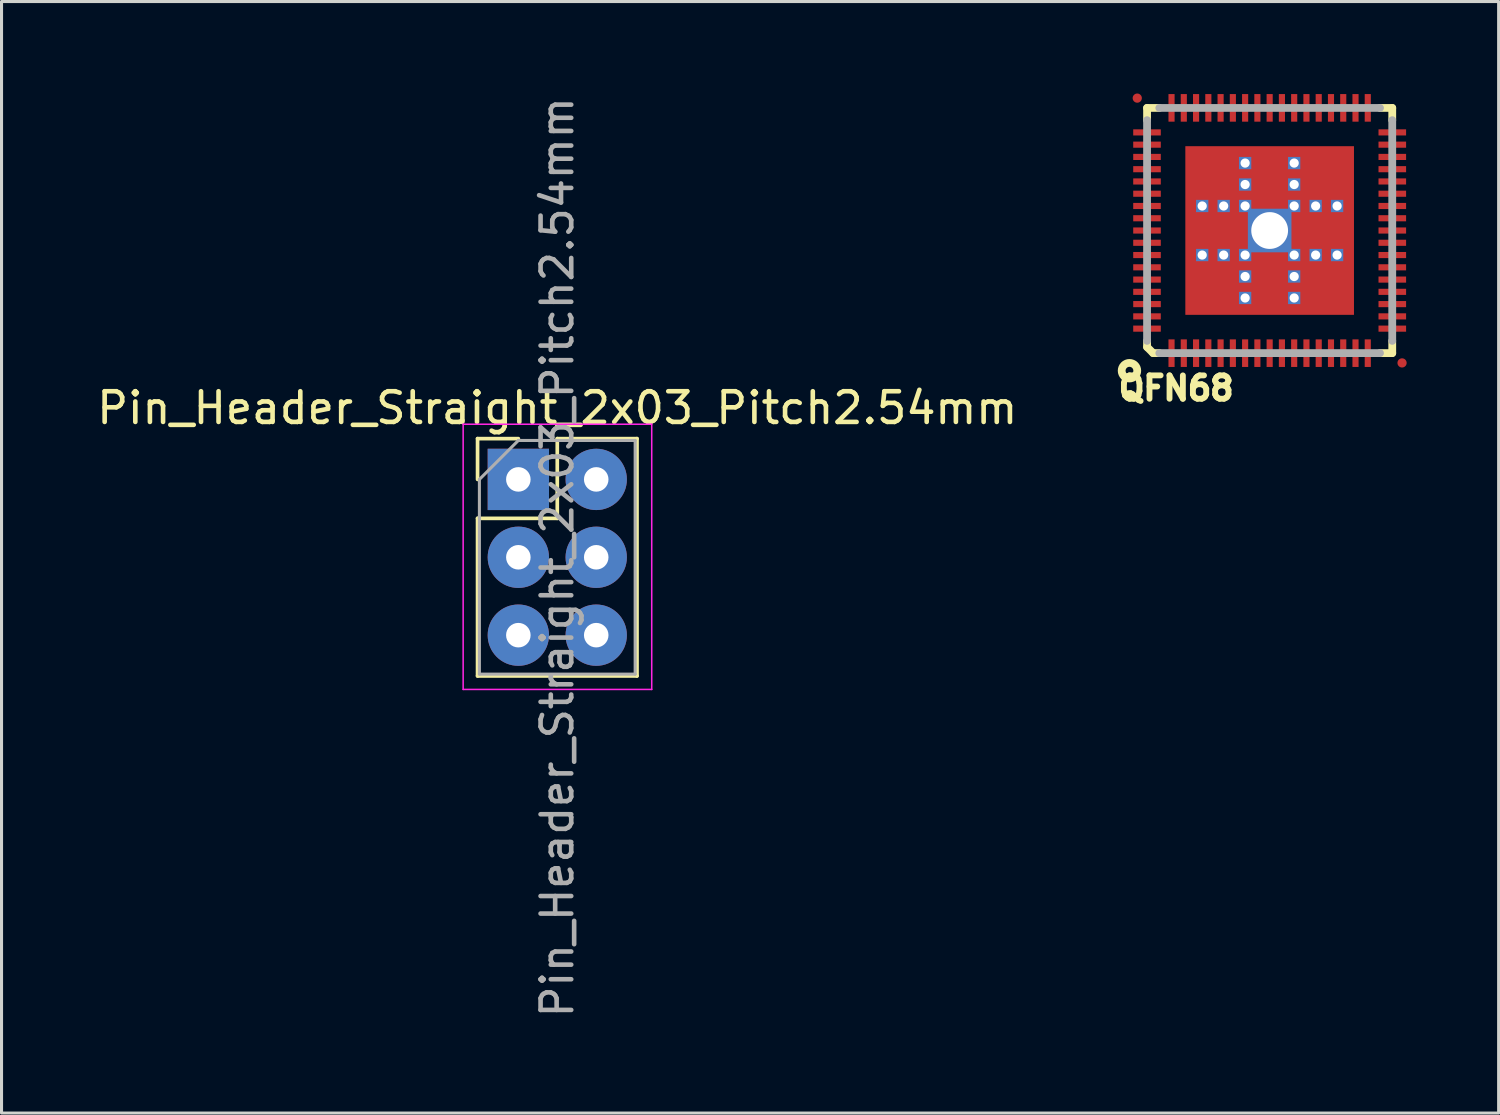
<source format=kicad_pcb>
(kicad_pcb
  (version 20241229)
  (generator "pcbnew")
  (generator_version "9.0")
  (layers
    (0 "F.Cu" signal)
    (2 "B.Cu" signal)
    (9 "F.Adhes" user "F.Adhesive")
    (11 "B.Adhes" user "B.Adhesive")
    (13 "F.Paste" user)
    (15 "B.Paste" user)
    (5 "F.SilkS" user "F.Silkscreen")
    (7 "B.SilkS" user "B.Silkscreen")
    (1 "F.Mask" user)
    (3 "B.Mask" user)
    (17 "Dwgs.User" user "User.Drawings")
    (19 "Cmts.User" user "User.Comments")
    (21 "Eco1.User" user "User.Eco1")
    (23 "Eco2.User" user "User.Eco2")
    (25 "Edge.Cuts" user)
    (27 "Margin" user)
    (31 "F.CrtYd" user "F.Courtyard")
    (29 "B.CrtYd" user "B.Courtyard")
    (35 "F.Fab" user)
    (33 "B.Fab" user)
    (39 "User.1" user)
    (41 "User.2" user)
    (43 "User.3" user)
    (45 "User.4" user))
  (footprint "QFN68"
    (layer "F.Cu")
    (at 38.358 4.468)
    (property "Reference" "QFN68" (at -3.048 5.144 0) (layer "F.SilkS") (effects (font (size 0.762 0.762) (thickness 0.191))))
    (attr smd)
    (fp_line (start -3.998 -3.998) (end -3.998 -3.599) (stroke (width 0.254) (type solid)) (layer "F.SilkS"))
    (fp_line (start -3.998 3.599) (end -3.998 3.8) (stroke (width 0.254) (type solid)) (layer "F.SilkS"))
    (fp_line (start -3.998 3.8) (end -3.8 3.998) (stroke (width 0.254) (type solid)) (layer "F.SilkS"))
    (fp_line (start -3.8 3.998) (end -3.599 3.998) (stroke (width 0.254) (type solid)) (layer "F.SilkS"))
    (fp_line (start -3.599 -3.998) (end -3.998 -3.998) (stroke (width 0.254) (type solid)) (layer "F.SilkS"))
    (fp_line (start 3.599 3.998) (end 3.998 3.998) (stroke (width 0.254) (type solid)) (layer "F.SilkS"))
    (fp_line (start 3.998 -3.998) (end 3.599 -3.998) (stroke (width 0.254) (type solid)) (layer "F.SilkS"))
    (fp_line (start 3.998 -3.599) (end 3.998 -3.998) (stroke (width 0.254) (type solid)) (layer "F.SilkS"))
    (fp_line (start 3.998 3.998) (end 3.998 3.599) (stroke (width 0.254) (type solid)) (layer "F.SilkS"))
    (fp_circle (center -4.572 4.572) (end -4.318 4.572) (stroke (width 0.254) (type solid)) (fill no) (layer "F.SilkS"))
    (fp_line (start -3.998 -3.599) (end -3.998 3.599) (stroke (width 0.254) (type solid)) (layer "F.Fab"))
    (fp_line (start -3.599 3.998) (end 3.599 3.998) (stroke (width 0.254) (type solid)) (layer "F.Fab"))
    (fp_line (start 3.599 -3.998) (end -3.599 -3.998) (stroke (width 0.254) (type solid)) (layer "F.Fab"))
    (fp_line (start 3.998 3.599) (end 3.998 -3.599) (stroke (width 0.254) (type solid)) (layer "F.Fab"))
    (pad "" smd rect (at -1.8 0) (size 1.6 1.2) (layers "F.Paste"))
    (pad "" smd rect (at -1.75 -1.8) (size 1.5 1.6) (layers "F.Paste"))
    (pad "" smd rect (at -1.75 1.8) (size 1.5 1.6) (layers "F.Paste"))
    (pad "" smd rect (at 0 -1.8) (size 1.2 1.6) (layers "F.Paste"))
    (pad "" smd rect (at 0 1.75) (size 1.2 1.7) (layers "F.Paste"))
    (pad "" smd rect (at 1.75 -1.8) (size 1.5 1.6) (layers "F.Paste"))
    (pad "" smd rect (at 1.75 1.8) (size 1.5 1.6) (layers "F.Paste"))
    (pad "" smd rect (at 1.8 0) (size 1.6 1.2) (layers "F.Paste"))
    (pad "1" smd rect (at -3.2 4) (size 0.2 0.9) (layers "F.Cu" "F.Mask" "F.Paste"))
    (pad "2" smd rect (at -2.8 4) (size 0.2 0.9) (layers "F.Cu" "F.Mask" "F.Paste"))
    (pad "3" smd rect (at -2.4 4) (size 0.2 0.9) (layers "F.Cu" "F.Mask" "F.Paste"))
    (pad "4" smd rect (at -2 4) (size 0.2 0.9) (layers "F.Cu" "F.Mask" "F.Paste"))
    (pad "5" smd rect (at -1.6 4) (size 0.2 0.9) (layers "F.Cu" "F.Mask" "F.Paste"))
    (pad "6" smd rect (at -1.2 4) (size 0.2 0.9) (layers "F.Cu" "F.Mask" "F.Paste"))
    (pad "7" smd rect (at -0.8 4) (size 0.2 0.9) (layers "F.Cu" "F.Mask" "F.Paste"))
    (pad "8" smd rect (at -0.4 4) (size 0.2 0.9) (layers "F.Cu" "F.Mask" "F.Paste"))
    (pad "9" smd rect (at 0 4) (size 0.2 0.9) (layers "F.Cu" "F.Mask" "F.Paste"))
    (pad "10" smd rect (at 0.4 4) (size 0.2 0.9) (layers "F.Cu" "F.Mask" "F.Paste"))
    (pad "11" smd rect (at 0.8 4) (size 0.2 0.9) (layers "F.Cu" "F.Mask" "F.Paste"))
    (pad "12" smd rect (at 1.2 4) (size 0.2 0.9) (layers "F.Cu" "F.Mask" "F.Paste"))
    (pad "13" smd rect (at 1.6 4) (size 0.2 0.9) (layers "F.Cu" "F.Mask" "F.Paste"))
    (pad "14" smd rect (at 2 4) (size 0.2 0.9) (layers "F.Cu" "F.Mask" "F.Paste"))
    (pad "15" smd rect (at 2.4 4) (size 0.2 0.9) (layers "F.Cu" "F.Mask" "F.Paste"))
    (pad "16" smd rect (at 2.8 4) (size 0.2 0.9) (layers "F.Cu" "F.Mask" "F.Paste"))
    (pad "17" smd rect (at 3.2 4) (size 0.2 0.9) (layers "F.Cu" "F.Mask" "F.Paste"))
    (pad "18" smd rect (at 4 3.2 90) (size 0.2 0.9) (layers "F.Cu" "F.Mask" "F.Paste"))
    (pad "19" smd rect (at 4 2.8 90) (size 0.2 0.9) (layers "F.Cu" "F.Mask" "F.Paste"))
    (pad "20" smd rect (at 4 2.4 90) (size 0.2 0.9) (layers "F.Cu" "F.Mask" "F.Paste"))
    (pad "21" smd rect (at 4 2 90) (size 0.2 0.9) (layers "F.Cu" "F.Mask" "F.Paste"))
    (pad "22" smd rect (at 4 1.6 90) (size 0.2 0.9) (layers "F.Cu" "F.Mask" "F.Paste"))
    (pad "23" smd rect (at 4 1.2 90) (size 0.2 0.9) (layers "F.Cu" "F.Mask" "F.Paste"))
    (pad "24" smd rect (at 4 0.8 90) (size 0.2 0.9) (layers "F.Cu" "F.Mask" "F.Paste"))
    (pad "25" smd rect (at 4 0.4 90) (size 0.2 0.9) (layers "F.Cu" "F.Mask" "F.Paste"))
    (pad "26" smd rect (at 4 0 90) (size 0.2 0.9) (layers "F.Cu" "F.Mask" "F.Paste"))
    (pad "27" smd rect (at 4 -0.4 90) (size 0.2 0.9) (layers "F.Cu" "F.Mask" "F.Paste"))
    (pad "28" smd rect (at 4 -0.8 90) (size 0.2 0.9) (layers "F.Cu" "F.Mask" "F.Paste"))
    (pad "29" smd rect (at 4 -1.2 90) (size 0.2 0.9) (layers "F.Cu" "F.Mask" "F.Paste"))
    (pad "30" smd rect (at 4 -1.6 90) (size 0.2 0.9) (layers "F.Cu" "F.Mask" "F.Paste"))
    (pad "31" smd rect (at 4 -2 90) (size 0.2 0.9) (layers "F.Cu" "F.Mask" "F.Paste"))
    (pad "32" smd rect (at 4 -2.4 90) (size 0.2 0.9) (layers "F.Cu" "F.Mask" "F.Paste"))
    (pad "33" smd rect (at 4 -2.8 90) (size 0.2 0.9) (layers "F.Cu" "F.Mask" "F.Paste"))
    (pad "34" smd rect (at 4 -3.2 90) (size 0.2 0.9) (layers "F.Cu" "F.Mask" "F.Paste"))
    (pad "35" smd rect (at 3.2 -4 180) (size 0.2 0.9) (layers "F.Cu" "F.Mask" "F.Paste"))
    (pad "36" smd rect (at 2.8 -4 180) (size 0.2 0.9) (layers "F.Cu" "F.Mask" "F.Paste"))
    (pad "37" smd rect (at 2.4 -4 180) (size 0.2 0.9) (layers "F.Cu" "F.Mask" "F.Paste"))
    (pad "38" smd rect (at 2 -4 180) (size 0.2 0.9) (layers "F.Cu" "F.Mask" "F.Paste"))
    (pad "39" smd rect (at 1.6 -4 180) (size 0.2 0.9) (layers "F.Cu" "F.Mask" "F.Paste"))
    (pad "40" smd rect (at 1.2 -4 180) (size 0.2 0.9) (layers "F.Cu" "F.Mask" "F.Paste"))
    (pad "41" smd rect (at 0.8 -4 180) (size 0.2 0.9) (layers "F.Cu" "F.Mask" "F.Paste"))
    (pad "42" smd rect (at 0.4 -4 180) (size 0.2 0.9) (layers "F.Cu" "F.Mask" "F.Paste"))
    (pad "43" smd rect (at 0 -4 180) (size 0.2 0.9) (layers "F.Cu" "F.Mask" "F.Paste"))
    (pad "44" smd rect (at -0.4 -4 180) (size 0.2 0.9) (layers "F.Cu" "F.Mask" "F.Paste"))
    (pad "45" smd rect (at -0.8 -4 180) (size 0.2 0.9) (layers "F.Cu" "F.Mask" "F.Paste"))
    (pad "46" smd rect (at -1.2 -4 180) (size 0.2 0.9) (layers "F.Cu" "F.Mask" "F.Paste"))
    (pad "47" smd rect (at -1.6 -4 180) (size 0.2 0.9) (layers "F.Cu" "F.Mask" "F.Paste"))
    (pad "48" smd rect (at -2 -4 180) (size 0.2 0.9) (layers "F.Cu" "F.Mask" "F.Paste"))
    (pad "49" smd rect (at -2.4 -4 180) (size 0.2 0.9) (layers "F.Cu" "F.Mask" "F.Paste"))
    (pad "50" smd rect (at -2.8 -4 180) (size 0.2 0.9) (layers "F.Cu" "F.Mask" "F.Paste"))
    (pad "51" smd rect (at -3.2 -4 180) (size 0.2 0.9) (layers "F.Cu" "F.Mask" "F.Paste"))
    (pad "52" smd rect (at -4 -3.2 270) (size 0.2 0.9) (layers "F.Cu" "F.Mask" "F.Paste"))
    (pad "53" smd rect (at -4 -2.8 270) (size 0.2 0.9) (layers "F.Cu" "F.Mask" "F.Paste"))
    (pad "54" smd rect (at -4 -2.4 270) (size 0.2 0.9) (layers "F.Cu" "F.Mask" "F.Paste"))
    (pad "55" smd rect (at -4 -2 270) (size 0.2 0.9) (layers "F.Cu" "F.Mask" "F.Paste"))
    (pad "56" smd rect (at -4 -1.6 270) (size 0.2 0.9) (layers "F.Cu" "F.Mask" "F.Paste"))
    (pad "57" smd rect (at -4 -1.2 270) (size 0.2 0.9) (layers "F.Cu" "F.Mask" "F.Paste"))
    (pad "58" smd rect (at -4 -0.8 270) (size 0.2 0.9) (layers "F.Cu" "F.Mask" "F.Paste"))
    (pad "59" smd rect (at -4 -0.4 270) (size 0.2 0.9) (layers "F.Cu" "F.Mask" "F.Paste"))
    (pad "60" smd rect (at -4 0 270) (size 0.2 0.9) (layers "F.Cu" "F.Mask" "F.Paste"))
    (pad "61" smd rect (at -4 0.4 270) (size 0.2 0.9) (layers "F.Cu" "F.Mask" "F.Paste"))
    (pad "62" smd rect (at -4 0.8 270) (size 0.2 0.9) (layers "F.Cu" "F.Mask" "F.Paste"))
    (pad "63" smd rect (at -4 1.2 270) (size 0.2 0.9) (layers "F.Cu" "F.Mask" "F.Paste"))
    (pad "64" smd rect (at -4 1.6 270) (size 0.2 0.9) (layers "F.Cu" "F.Mask" "F.Paste"))
    (pad "65" smd rect (at -4 2 270) (size 0.2 0.9) (layers "F.Cu" "F.Mask" "F.Paste"))
    (pad "66" smd rect (at -4 2.4 270) (size 0.2 0.9) (layers "F.Cu" "F.Mask" "F.Paste"))
    (pad "67" smd rect (at -4 2.8 270) (size 0.2 0.9) (layers "F.Cu" "F.Mask" "F.Paste"))
    (pad "68" smd rect (at -4 3.2 270) (size 0.2 0.9) (layers "F.Cu" "F.Mask" "F.Paste"))
    (pad "69" thru_hole rect (at -2.2 -0.8) (size 0.4 0.4) (drill 0.3) (layers "*.Cu" "F.Mask"))
    (pad "69" thru_hole rect (at -2.2 0.8) (size 0.4 0.4) (drill 0.3) (layers "*.Cu" "F.Mask"))
    (pad "69" thru_hole rect (at -1.5 -0.8) (size 0.4 0.4) (drill 0.3) (layers "*.Cu" "F.Mask"))
    (pad "69" thru_hole rect (at -1.5 0.8) (size 0.4 0.4) (drill 0.3) (layers "*.Cu" "F.Mask"))
    (pad "69" thru_hole rect (at -0.8 -2.2) (size 0.4 0.4) (drill 0.3) (layers "*.Cu" "F.Mask"))
    (pad "69" thru_hole rect (at -0.8 -1.5) (size 0.4 0.4) (drill 0.3) (layers "*.Cu" "F.Mask"))
    (pad "69" thru_hole rect (at -0.8 -0.8) (size 0.4 0.4) (drill 0.3) (layers "*.Cu" "F.Mask"))
    (pad "69" thru_hole rect (at -0.8 0.8) (size 0.4 0.4) (drill 0.3) (layers "*.Cu" "F.Mask"))
    (pad "69" thru_hole rect (at -0.8 1.5) (size 0.4 0.4) (drill 0.3) (layers "*.Cu" "F.Mask"))
    (pad "69" thru_hole rect (at -0.8 2.2) (size 0.4 0.4) (drill 0.3) (layers "*.Cu" "F.Mask"))
    (pad "69" thru_hole rect (at 0 0) (size 1.422 1.422) (drill 1.2) (layers "*.Cu" "*.Mask"))
    (pad "69" smd rect (at 0 0) (size 5.5 5.5) (layers "F.Cu" "F.Mask"))
    (pad "69" thru_hole rect (at 0.8 -2.2) (size 0.4 0.4) (drill 0.3) (layers "*.Cu" "F.Mask"))
    (pad "69" thru_hole rect (at 0.8 -1.5) (size 0.4 0.4) (drill 0.3) (layers "*.Cu" "F.Mask"))
    (pad "69" thru_hole rect (at 0.8 -0.8) (size 0.4 0.4) (drill 0.3) (layers "*.Cu" "F.Mask"))
    (pad "69" thru_hole rect (at 0.8 0.8) (size 0.4 0.4) (drill 0.3) (layers "*.Cu" "F.Mask"))
    (pad "69" thru_hole rect (at 0.8 1.5) (size 0.4 0.4) (drill 0.3) (layers "*.Cu" "F.Mask"))
    (pad "69" thru_hole rect (at 0.8 2.2) (size 0.4 0.4) (drill 0.3) (layers "*.Cu" "F.Mask"))
    (pad "69" thru_hole rect (at 1.5 -0.8) (size 0.4 0.4) (drill 0.3) (layers "*.Cu" "F.Mask"))
    (pad "69" thru_hole rect (at 1.5 0.8) (size 0.4 0.4) (drill 0.3) (layers "*.Cu" "F.Mask"))
    (pad "69" thru_hole rect (at 2.2 -0.8) (size 0.4 0.4) (drill 0.3) (layers "*.Cu" "F.Mask"))
    (pad "69" thru_hole rect (at 2.2 0.8) (size 0.4 0.4) (drill 0.3) (layers "*.Cu" "F.Mask"))
    (pad "Fid1" smd circle (at -4.318 -4.318) (size 0.3 0.3) (layers "F.Cu" "F.Mask"))
    (pad "Fid2" smd circle (at 4.318 4.318) (size 0.3 0.3) (layers "F.Cu" "F.Mask")))
  (footprint "Pin_Header_Straight_2x03_Pitch2.54mm"
    (layer "F.Cu")
    (at 13.855 12.585)
    (property "Reference" "Pin_Header_Straight_2x03_Pitch2.54mm" (at 1.27 -2.33 0) (layer "F.SilkS") (effects (font (size 1 1) (thickness 0.15))))
    (attr through_hole)
    (fp_line (start -1.33 -1.33) (end 0 -1.33) (stroke (width 0.12) (type solid)) (layer "F.SilkS"))
    (fp_line (start -1.33 0) (end -1.33 -1.33) (stroke (width 0.12) (type solid)) (layer "F.SilkS"))
    (fp_line (start -1.33 1.27) (end -1.33 6.41) (stroke (width 0.12) (type solid)) (layer "F.SilkS"))
    (fp_line (start -1.33 1.27) (end 1.27 1.27) (stroke (width 0.12) (type solid)) (layer "F.SilkS"))
    (fp_line (start -1.33 6.41) (end 3.87 6.41) (stroke (width 0.12) (type solid)) (layer "F.SilkS"))
    (fp_line (start 1.27 -1.33) (end 3.87 -1.33) (stroke (width 0.12) (type solid)) (layer "F.SilkS"))
    (fp_line (start 1.27 1.27) (end 1.27 -1.33) (stroke (width 0.12) (type solid)) (layer "F.SilkS"))
    (fp_line (start 3.87 -1.33) (end 3.87 6.41) (stroke (width 0.12) (type solid)) (layer "F.SilkS"))
    (fp_line (start -1.8 -1.8) (end -1.8 6.85) (stroke (width 0.05) (type solid)) (layer "F.CrtYd"))
    (fp_line (start -1.8 6.85) (end 4.35 6.85) (stroke (width 0.05) (type solid)) (layer "F.CrtYd"))
    (fp_line (start 4.35 -1.8) (end -1.8 -1.8) (stroke (width 0.05) (type solid)) (layer "F.CrtYd"))
    (fp_line (start 4.35 6.85) (end 4.35 -1.8) (stroke (width 0.05) (type solid)) (layer "F.CrtYd"))
    (fp_line (start -1.27 0) (end 0 -1.27) (stroke (width 0.1) (type solid)) (layer "F.Fab"))
    (fp_line (start -1.27 6.35) (end -1.27 0) (stroke (width 0.1) (type solid)) (layer "F.Fab"))
    (fp_line (start 0 -1.27) (end 3.81 -1.27) (stroke (width 0.1) (type solid)) (layer "F.Fab"))
    (fp_line (start 3.81 -1.27) (end 3.81 6.35) (stroke (width 0.1) (type solid)) (layer "F.Fab"))
    (fp_line (start 3.81 6.35) (end -1.27 6.35) (stroke (width 0.1) (type solid)) (layer "F.Fab"))
    (fp_text user "${REFERENCE}" (at 1.27 2.54 90) (layer "F.Fab") (effects (font (size 1 1) (thickness 0.15))))
    (pad "1" thru_hole rect (at 0 0) (size 2 2) (drill 0.8) (layers "*.Cu" "*.Mask"))
    (pad "2" thru_hole oval (at 2.54 0) (size 2 2) (drill 0.8) (layers "*.Cu" "*.Mask"))
    (pad "3" thru_hole oval (at 0 2.54) (size 2 2) (drill 0.8) (layers "*.Cu" "*.Mask"))
    (pad "4" thru_hole oval (at 2.54 2.54) (size 2 2) (drill 0.8) (layers "*.Cu" "*.Mask"))
    (pad "5" thru_hole oval (at 0 5.08) (size 2 2) (drill 0.8) (layers "*.Cu" "*.Mask"))
    (pad "6" thru_hole oval (at 2.54 5.08) (size 2 2) (drill 0.8) (layers "*.Cu" "*.Mask")))
  (gr_rect
    (start -3 -3)
    (end 45.826 33.25)
    (stroke (width 0.1) (type default))
    (fill no)
    (layer "Edge.Cuts")))
</source>
